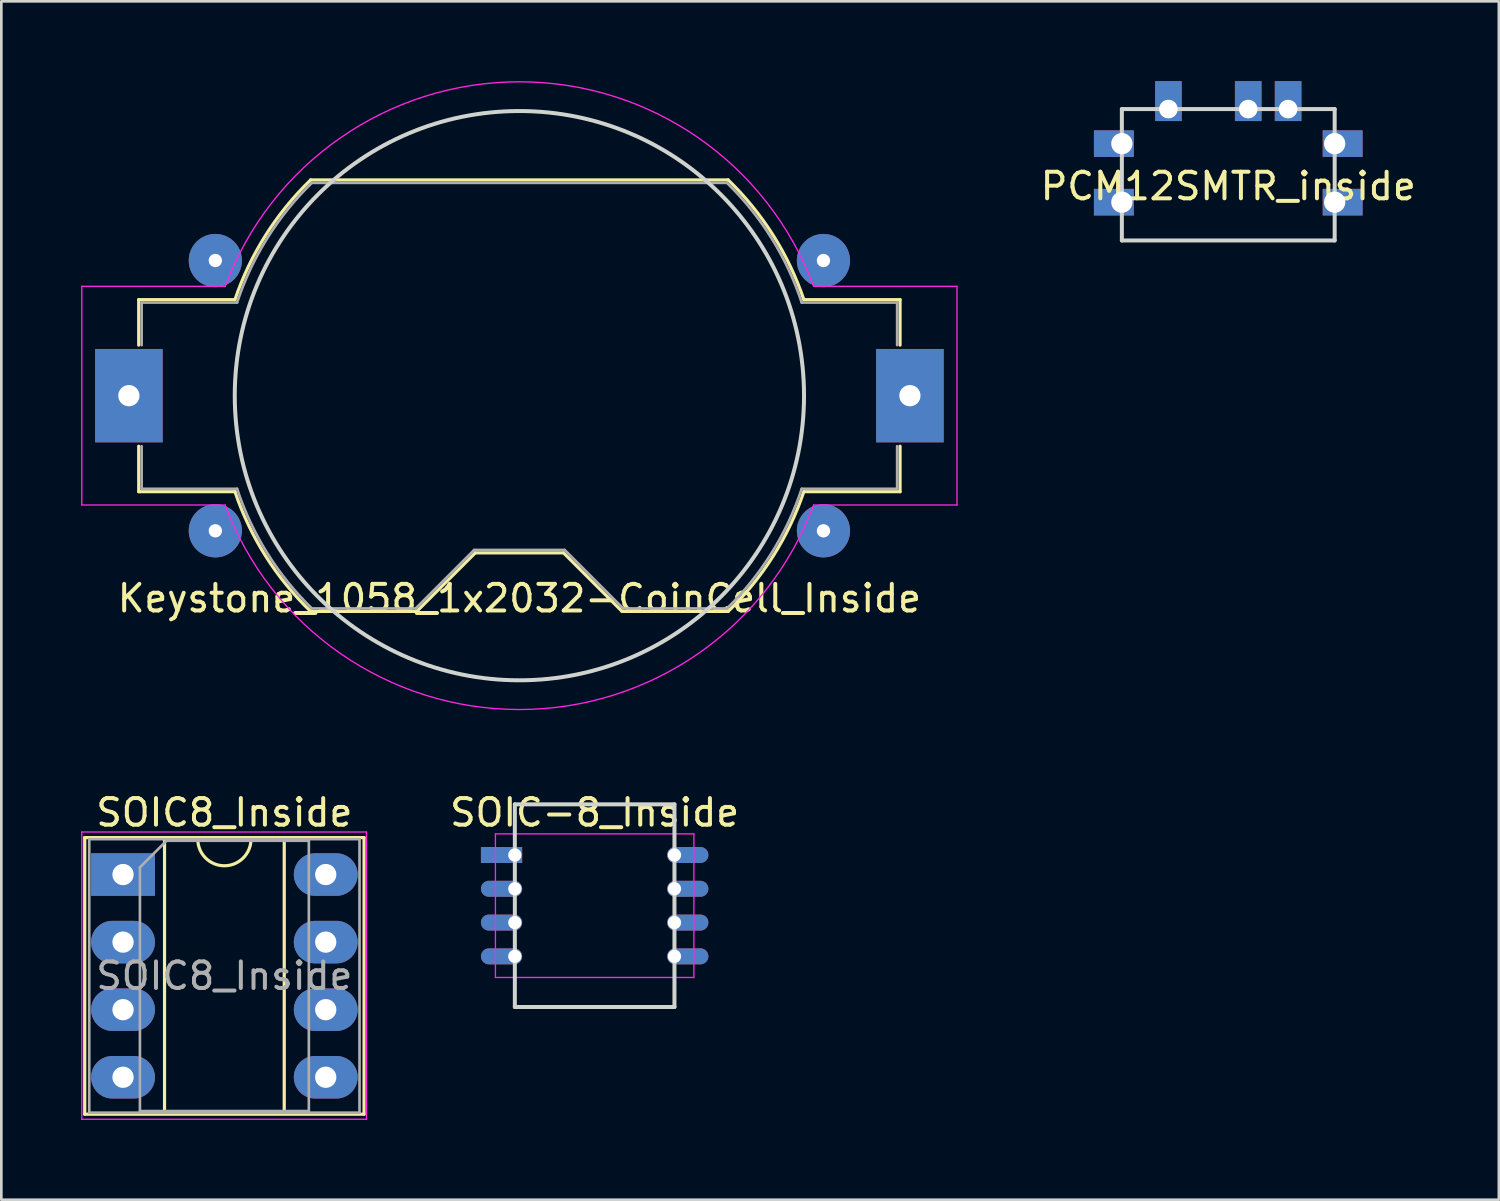
<source format=kicad_pcb>
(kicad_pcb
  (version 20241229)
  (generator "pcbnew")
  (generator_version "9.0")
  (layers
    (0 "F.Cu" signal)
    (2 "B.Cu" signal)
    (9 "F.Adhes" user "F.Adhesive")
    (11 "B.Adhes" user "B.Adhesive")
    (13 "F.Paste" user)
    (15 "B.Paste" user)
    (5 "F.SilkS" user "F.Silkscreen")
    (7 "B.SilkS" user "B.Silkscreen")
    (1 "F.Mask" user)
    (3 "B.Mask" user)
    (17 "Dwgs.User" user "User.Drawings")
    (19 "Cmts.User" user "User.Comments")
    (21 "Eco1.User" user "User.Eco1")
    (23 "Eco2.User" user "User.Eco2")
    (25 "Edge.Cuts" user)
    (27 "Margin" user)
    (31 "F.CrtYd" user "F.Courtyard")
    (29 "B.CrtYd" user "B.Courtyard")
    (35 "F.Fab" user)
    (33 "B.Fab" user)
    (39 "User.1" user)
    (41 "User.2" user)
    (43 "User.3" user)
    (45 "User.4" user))
  (footprint "SOIC-8_Inside"
    (layer "F.Cu")
    (at 19.304 30.996)
    (property "Reference" "SOIC-8_Inside" (at 0 -3.5 0) (layer "F.SilkS") (effects (font (size 1 1) (thickness 0.15))))
    (attr smd)
    (fp_line (start -3 -3.81) (end 3 -3.81) (stroke (width 0.15) (type solid)) (layer "Edge.Cuts"))
    (fp_line (start -3 3.81) (end -3 -3.81) (stroke (width 0.15) (type solid)) (layer "Edge.Cuts"))
    (fp_line (start 3 -3.81) (end 3 3.81) (stroke (width 0.15) (type solid)) (layer "Edge.Cuts"))
    (fp_line (start 3 3.81) (end -3 3.81) (stroke (width 0.15) (type solid)) (layer "Edge.Cuts"))
    (fp_line (start -3.73 -2.7) (end -3.73 2.7) (stroke (width 0.05) (type solid)) (layer "F.CrtYd"))
    (fp_line (start -3.73 -2.7) (end 3.73 -2.7) (stroke (width 0.05) (type solid)) (layer "F.CrtYd"))
    (fp_line (start -3.73 2.7) (end 3.73 2.7) (stroke (width 0.05) (type solid)) (layer "F.CrtYd"))
    (fp_line (start 3.73 -2.7) (end 3.73 2.7) (stroke (width 0.05) (type solid)) (layer "F.CrtYd"))
    (pad "1" thru_hole rect (at -3 -1.905) (size 1.55 0.6) (drill 0.5 (offset -0.5 0)) (layers "*.Cu" "*.Mask"))
    (pad "2" thru_hole oval (at -3 -0.635) (size 1.55 0.6) (drill 0.5 (offset -0.5 0)) (layers "*.Cu" "*.Mask"))
    (pad "3" thru_hole oval (at -3 0.635) (size 1.55 0.6) (drill 0.5 (offset -0.5 0)) (layers "*.Cu" "*.Mask"))
    (pad "4" thru_hole oval (at -3 1.905) (size 1.55 0.6) (drill 0.5 (offset -0.5 0)) (layers "*.Cu" "*.Mask"))
    (pad "5" thru_hole oval (at 3 1.905) (size 1.55 0.6) (drill 0.5 (offset 0.5 0)) (layers "*.Cu" "*.Mask"))
    (pad "6" thru_hole oval (at 3 0.635) (size 1.55 0.6) (drill 0.5 (offset 0.5 0)) (layers "*.Cu" "*.Mask"))
    (pad "7" thru_hole oval (at 3 -0.635) (size 1.55 0.6) (drill 0.5 (offset 0.5 0)) (layers "*.Cu" "*.Mask"))
    (pad "8" thru_hole oval (at 3 -1.905) (size 1.55 0.6) (drill 0.5 (offset 0.5 0)) (layers "*.Cu" "*.Mask")))
  (footprint "Keystone_1058_1x2032-CoinCell_Inside"
    (layer "F.Cu")
    (at 16.475 11.824)
    (property "Reference" "Keystone_1058_1x2032-CoinCell_Inside" (at 0 7.62 0) (layer "F.SilkS") (effects (font (size 1 1) (thickness 0.15))))
    (attr smd)
    (fp_line (start -14.31 -3.61) (end -10.692 -3.61) (stroke (width 0.12) (type solid)) (layer "F.SilkS"))
    (fp_line (start -14.31 -1.9) (end -14.31 -3.61) (stroke (width 0.12) (type solid)) (layer "F.SilkS"))
    (fp_line (start -14.31 1.9) (end -14.31 3.61) (stroke (width 0.12) (type solid)) (layer "F.SilkS"))
    (fp_line (start -10.692 3.61) (end -14.31 3.61) (stroke (width 0.12) (type solid)) (layer "F.SilkS"))
    (fp_line (start -7.847 -8.11) (end 7.847 -8.11) (stroke (width 0.12) (type solid)) (layer "F.SilkS"))
    (fp_line (start -3.86 8.11) (end -7.847 8.11) (stroke (width 0.12) (type solid)) (layer "F.SilkS"))
    (fp_line (start -1.66 5.91) (end -3.86 8.11) (stroke (width 0.12) (type solid)) (layer "F.SilkS"))
    (fp_line (start 1.66 5.91) (end -1.66 5.91) (stroke (width 0.12) (type solid)) (layer "F.SilkS"))
    (fp_line (start 1.66 5.91) (end 3.86 8.11) (stroke (width 0.12) (type solid)) (layer "F.SilkS"))
    (fp_line (start 7.847 8.11) (end 3.86 8.11) (stroke (width 0.12) (type solid)) (layer "F.SilkS"))
    (fp_line (start 10.692 -3.61) (end 14.31 -3.61) (stroke (width 0.12) (type solid)) (layer "F.SilkS"))
    (fp_line (start 14.31 -1.9) (end 14.31 -3.61) (stroke (width 0.12) (type solid)) (layer "F.SilkS"))
    (fp_line (start 14.31 1.9) (end 14.31 3.61) (stroke (width 0.12) (type solid)) (layer "F.SilkS"))
    (fp_line (start 14.31 3.61) (end 10.692 3.61) (stroke (width 0.12) (type solid)) (layer "F.SilkS"))
    (fp_arc (start -10.692 -3.61) (mid -9.538084 -6.031244) (end -7.845371 -8.111789) (stroke (width 0.12) (type solid)) (layer "F.SilkS"))
    (fp_arc (start -7.845371 8.111789) (mid -9.538085 6.031244) (end -10.692 3.61) (stroke (width 0.12) (type solid)) (layer "F.SilkS"))
    (fp_arc (start 7.845371 -8.111789) (mid 9.538085 -6.031244) (end 10.692 -3.61) (stroke (width 0.12) (type solid)) (layer "F.SilkS"))
    (fp_arc (start 10.692 3.61) (mid 9.538084 6.031244) (end 7.845371 8.111789) (stroke (width 0.12) (type solid)) (layer "F.SilkS"))
    (fp_circle (center 0 0) (end 10.7 0) (stroke (width 0.15) (type solid)) (fill no) (layer "Edge.Cuts"))
    (fp_line (start -16.45 -4.11) (end -16.45 4.11) (stroke (width 0.05) (type solid)) (layer "F.CrtYd"))
    (fp_line (start -16.45 -4.11) (end -11.06 -4.11) (stroke (width 0.05) (type solid)) (layer "F.CrtYd"))
    (fp_line (start -16.45 4.11) (end -11.06 4.11) (stroke (width 0.05) (type solid)) (layer "F.CrtYd"))
    (fp_line (start 11.06 4.11) (end 16.45 4.11) (stroke (width 0.05) (type solid)) (layer "F.CrtYd"))
    (fp_line (start 16.45 -4.11) (end 11.06 -4.11) (stroke (width 0.05) (type solid)) (layer "F.CrtYd"))
    (fp_line (start 16.45 4.11) (end 16.45 -4.11) (stroke (width 0.05) (type solid)) (layer "F.CrtYd"))
    (fp_arc (start -11.06 -4.11) (mid -0.002978 -11.79897) (end 11.057924 -4.115582) (stroke (width 0.05) (type solid)) (layer "F.CrtYd"))
    (fp_arc (start 11.06 4.11) (mid 0.002978 11.79897) (end -11.057924 4.115582) (stroke (width 0.05) (type solid)) (layer "F.CrtYd"))
    (fp_line (start -14.2 -3.5) (end -14.2 -1.9) (stroke (width 0.1) (type solid)) (layer "F.Fab"))
    (fp_line (start -14.2 -3.5) (end -10.613 -3.5) (stroke (width 0.1) (type solid)) (layer "F.Fab"))
    (fp_line (start -14.2 1.9) (end -14.2 3.5) (stroke (width 0.1) (type solid)) (layer "F.Fab"))
    (fp_line (start -14.2 3.5) (end -10.613 3.5) (stroke (width 0.1) (type solid)) (layer "F.Fab"))
    (fp_line (start -7.803 -8) (end 7.803 -8) (stroke (width 0.1) (type solid)) (layer "F.Fab"))
    (fp_line (start -3.9 8) (end -7.803 8) (stroke (width 0.1) (type solid)) (layer "F.Fab"))
    (fp_line (start -1.7 5.8) (end -3.9 8) (stroke (width 0.1) (type solid)) (layer "F.Fab"))
    (fp_line (start -1.7 5.8) (end 1.7 5.8) (stroke (width 0.1) (type solid)) (layer "F.Fab"))
    (fp_line (start 1.7 5.8) (end 3.9 8) (stroke (width 0.1) (type solid)) (layer "F.Fab"))
    (fp_line (start 3.9 8) (end 7.803 8) (stroke (width 0.1) (type solid)) (layer "F.Fab"))
    (fp_line (start 10.613 -3.5) (end 14.2 -3.5) (stroke (width 0.1) (type solid)) (layer "F.Fab"))
    (fp_line (start 14.2 -3.5) (end 14.2 -1.9) (stroke (width 0.1) (type solid)) (layer "F.Fab"))
    (fp_line (start 14.2 1.9) (end 14.2 3.5) (stroke (width 0.1) (type solid)) (layer "F.Fab"))
    (fp_line (start 14.2 3.5) (end 10.613 3.5) (stroke (width 0.1) (type solid)) (layer "F.Fab"))
    (fp_arc (start -10.61275 -3.5) (mid -9.478596 -5.919179) (end -7.802602 -7.999992) (stroke (width 0.1) (type solid)) (layer "F.Fab"))
    (fp_arc (start -7.802602 7.999992) (mid -9.478596 5.91918) (end -10.61275 3.5) (stroke (width 0.1) (type solid)) (layer "F.Fab"))
    (fp_arc (start 7.802602 -7.999992) (mid 9.478596 -5.91918) (end 10.61275 -3.5) (stroke (width 0.1) (type solid)) (layer "F.Fab"))
    (fp_arc (start 10.61275 3.5) (mid 9.478596 5.919179) (end 7.802602 7.999992) (stroke (width 0.1) (type solid)) (layer "F.Fab"))
    (pad "1" thru_hole rect (at -14.68 0) (size 2.54 3.51) (drill 0.8) (layers "*.Cu" "*.Mask"))
    (pad "2" thru_hole rect (at 14.68 0) (size 2.54 3.51) (drill 0.8) (layers "*.Cu" "*.Mask"))
    (pad "3" thru_hole circle (at -11.43 -5.08) (size 2 2) (drill 0.5) (layers "*.Cu" "*.Mask"))
    (pad "4" thru_hole circle (at 11.43 5.08) (size 2 2) (drill 0.5) (layers "*.Cu" "*.Mask"))
    (pad "5" thru_hole circle (at 11.43 -5.08) (size 2 2) (drill 0.5) (layers "*.Cu" "*.Mask"))
    (pad "6" thru_hole circle (at -11.43 5.08) (size 2 2) (drill 0.5) (layers "*.Cu" "*.Mask")))
  (footprint "SOIC8_Inside"
    (layer "F.Cu")
    (at 1.575 29.826)
    (property "Reference" "SOIC8_Inside" (at 3.81 -2.33 0) (layer "F.SilkS") (effects (font (size 1 1) (thickness 0.15))))
    (attr through_hole)
    (fp_line (start -1.44 -1.39) (end -1.44 9.01) (stroke (width 0.12) (type solid)) (layer "F.SilkS"))
    (fp_line (start -1.44 9.01) (end 9.06 9.01) (stroke (width 0.12) (type solid)) (layer "F.SilkS"))
    (fp_line (start 1.56 -1.33) (end 1.56 8.95) (stroke (width 0.12) (type solid)) (layer "F.SilkS"))
    (fp_line (start 1.56 8.95) (end 6.06 8.95) (stroke (width 0.12) (type solid)) (layer "F.SilkS"))
    (fp_line (start 2.81 -1.33) (end 1.56 -1.33) (stroke (width 0.12) (type solid)) (layer "F.SilkS"))
    (fp_line (start 6.06 -1.33) (end 4.81 -1.33) (stroke (width 0.12) (type solid)) (layer "F.SilkS"))
    (fp_line (start 6.06 8.95) (end 6.06 -1.33) (stroke (width 0.12) (type solid)) (layer "F.SilkS"))
    (fp_line (start 9.06 -1.39) (end -1.44 -1.39) (stroke (width 0.12) (type solid)) (layer "F.SilkS"))
    (fp_line (start 9.06 9.01) (end 9.06 -1.39) (stroke (width 0.12) (type solid)) (layer "F.SilkS"))
    (fp_arc (start 4.81 -1.33) (mid 3.81 -0.33) (end 2.81 -1.33) (stroke (width 0.12) (type solid)) (layer "F.SilkS"))
    (fp_line (start -1.55 -1.6) (end -1.55 9.2) (stroke (width 0.05) (type solid)) (layer "F.CrtYd"))
    (fp_line (start -1.55 9.2) (end 9.15 9.2) (stroke (width 0.05) (type solid)) (layer "F.CrtYd"))
    (fp_line (start 9.15 -1.6) (end -1.55 -1.6) (stroke (width 0.05) (type solid)) (layer "F.CrtYd"))
    (fp_line (start 9.15 9.2) (end 9.15 -1.6) (stroke (width 0.05) (type solid)) (layer "F.CrtYd"))
    (fp_line (start -1.27 -1.33) (end -1.27 8.95) (stroke (width 0.1) (type solid)) (layer "F.Fab"))
    (fp_line (start -1.27 8.95) (end 8.89 8.95) (stroke (width 0.1) (type solid)) (layer "F.Fab"))
    (fp_line (start 0.635 -0.27) (end 1.635 -1.27) (stroke (width 0.1) (type solid)) (layer "F.Fab"))
    (fp_line (start 0.635 8.89) (end 0.635 -0.27) (stroke (width 0.1) (type solid)) (layer "F.Fab"))
    (fp_line (start 1.635 -1.27) (end 6.985 -1.27) (stroke (width 0.1) (type solid)) (layer "F.Fab"))
    (fp_line (start 6.985 -1.27) (end 6.985 8.89) (stroke (width 0.1) (type solid)) (layer "F.Fab"))
    (fp_line (start 6.985 8.89) (end 0.635 8.89) (stroke (width 0.1) (type solid)) (layer "F.Fab"))
    (fp_line (start 8.89 -1.33) (end -1.27 -1.33) (stroke (width 0.1) (type solid)) (layer "F.Fab"))
    (fp_line (start 8.89 8.95) (end 8.89 -1.33) (stroke (width 0.1) (type solid)) (layer "F.Fab"))
    (fp_text user "${REFERENCE}" (at 3.81 3.81 0) (layer "F.Fab") (effects (font (size 1 1) (thickness 0.15))))
    (pad "1" thru_hole rect (at 0 0) (size 2.4 1.6) (drill 0.8) (layers "*.Cu" "*.Mask"))
    (pad "2" thru_hole oval (at 0 2.54) (size 2.4 1.6) (drill 0.8) (layers "*.Cu" "*.Mask"))
    (pad "3" thru_hole oval (at 0 5.08) (size 2.4 1.6) (drill 0.8) (layers "*.Cu" "*.Mask"))
    (pad "4" thru_hole oval (at 0 7.62) (size 2.4 1.6) (drill 0.8) (layers "*.Cu" "*.Mask"))
    (pad "5" thru_hole oval (at 7.62 7.62) (size 2.4 1.6) (drill 0.8) (layers "*.Cu" "*.Mask"))
    (pad "6" thru_hole oval (at 7.62 5.08) (size 2.4 1.6) (drill 0.8) (layers "*.Cu" "*.Mask"))
    (pad "7" thru_hole oval (at 7.62 2.54) (size 2.4 1.6) (drill 0.8) (layers "*.Cu" "*.Mask"))
    (pad "8" thru_hole oval (at 7.62 0) (size 2.4 1.6) (drill 0.8) (layers "*.Cu" "*.Mask")))
  (footprint "PCM12SMTR_inside"
    (layer "F.Cu")
    (at 43.123 3.45)
    (property "Reference" "PCM12SMTR_inside" (at 0 0.5 0) (layer "F.SilkS") (effects (font (size 1 1) (thickness 0.15))))
    (attr through_hole)
    (fp_line (start -4 -2.4) (end 4 -2.4) (stroke (width 0.15) (type solid)) (layer "Edge.Cuts"))
    (fp_line (start -4 2.54) (end -4 -2.4) (stroke (width 0.15) (type solid)) (layer "Edge.Cuts"))
    (fp_line (start 4 -2.4) (end 4 2.54) (stroke (width 0.15) (type solid)) (layer "Edge.Cuts"))
    (fp_line (start 4 2.54) (end -4 2.54) (stroke (width 0.15) (type solid)) (layer "Edge.Cuts"))
    (pad "1" thru_hole rect (at -2.25 -2.4) (size 1 1.5) (drill 0.7 (offset 0 -0.3)) (layers "*.Cu" "*.Mask"))
    (pad "2" thru_hole rect (at 0.75 -2.4) (size 1 1.5) (drill 0.7 (offset 0 -0.3)) (layers "*.Cu" "*.Mask"))
    (pad "3" thru_hole rect (at 2.25 -2.4) (size 1 1.5) (drill 0.7 (offset 0 -0.3)) (layers "*.Cu" "*.Mask"))
    (pad "4" thru_hole rect (at -4 -1.1) (size 1.5 1) (drill 0.8 (offset -0.3 0)) (layers "*.Cu" "*.Mask"))
    (pad "5" thru_hole rect (at -4 1.1) (size 1.5 1) (drill 0.8 (offset -0.3 0)) (layers "*.Cu" "*.Mask"))
    (pad "6" thru_hole rect (at 4 -1.1) (size 1.5 1) (drill 0.8 (offset 0.3 0)) (layers "*.Cu" "*.Mask"))
    (pad "7" thru_hole rect (at 4 1.1) (size 1.5 1) (drill 0.8 (offset 0.3 0)) (layers "*.Cu" "*.Mask")))
  (gr_rect
    (start -3 -3)
    (end 53.295 42.051)
    (stroke (width 0.1) (type default))
    (fill no)
    (layer "Edge.Cuts")))
</source>
